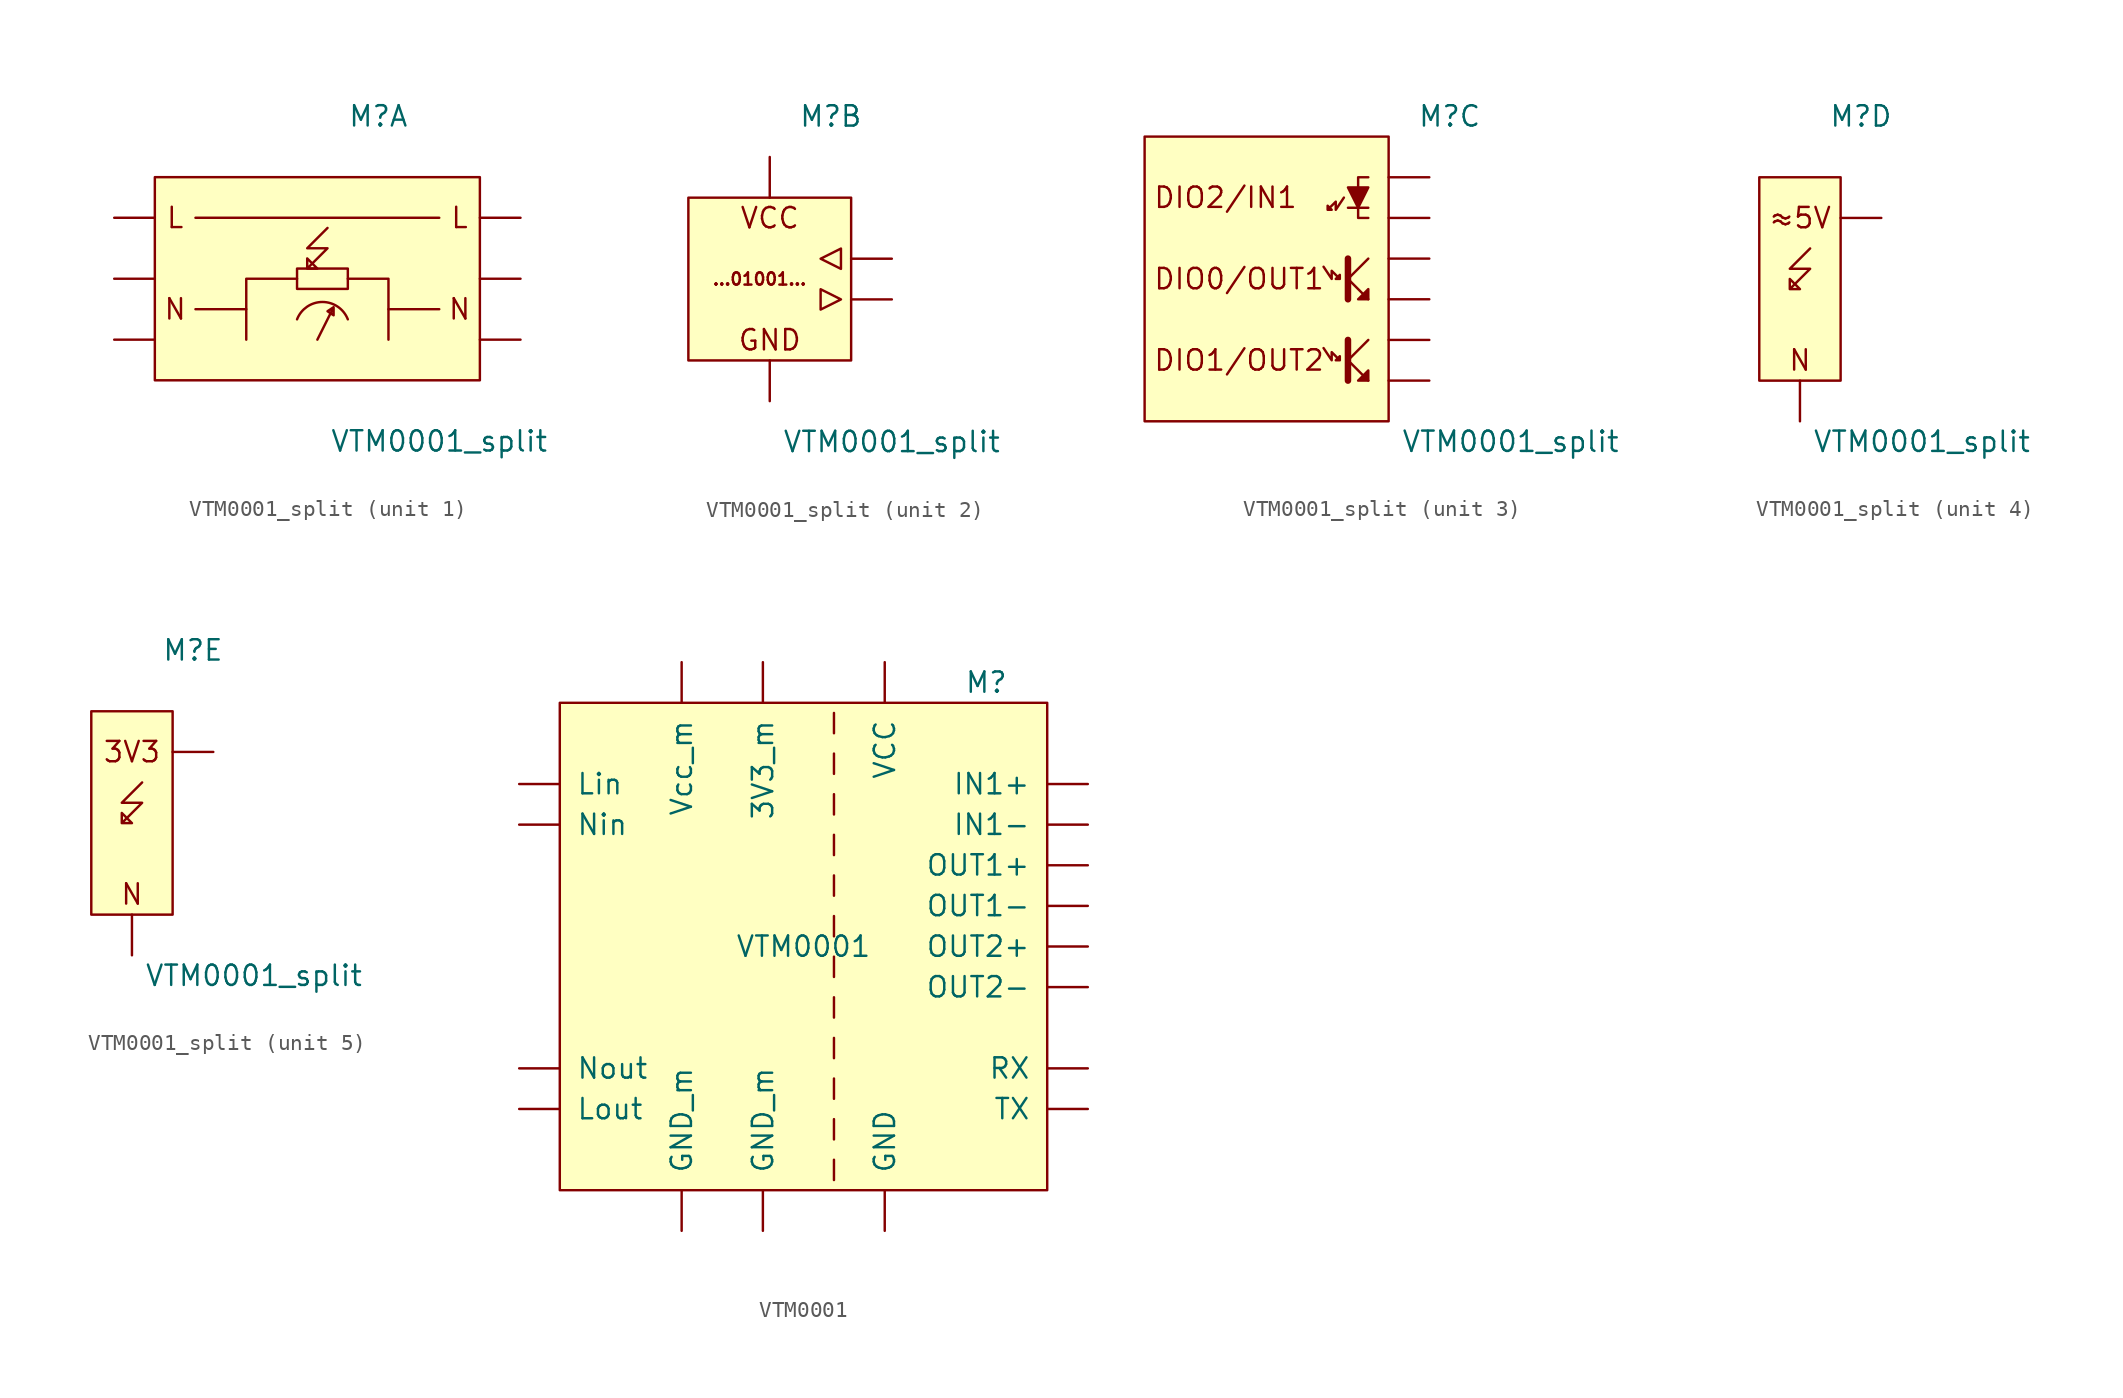
<source format=kicad_sym>
(kicad_symbol_lib
  (version 20231120)
  (generator "kicad_symbol_editor")
  (generator_version "8.0")
  (symbol "VTM0001_split"
    (pin_numbers hide)
    (pin_names
      (offset 0) hide)
    (property "Reference" "M"
      (at 3.81 10.16 0)
      (effects (font (size 1.27 1.27))))
    (property "Value" "VTM0001_split"
      (at 7.62 -10.16 0)
      (effects (font (size 1.27 1.27))))
    (property "ki_locked" ""
      (at 0 0 0)
      (effects (font (size 1.27 1.27))))
    (symbol "VTM0001_split_1_1"
      (rectangle (start -10.16 6.35) (end 10.16 -6.35) (stroke (width 0) (type solid)) (fill (type background)))
      (rectangle (start -1.27 0.635) (end 1.905 -0.635) (stroke (width 0) (type solid)) (fill (type none)))
      (polyline (pts (xy -4.445 -1.905) (xy -7.62 -1.905)) (stroke (width 0) (type solid)) (fill (type none)))
      (polyline (pts (xy 7.62 -1.905) (xy 4.445 -1.905)) (stroke (width 0) (type solid)) (fill (type none)))
      (polyline (pts (xy 7.62 3.81) (xy -7.62 3.81)) (stroke (width 0) (type solid)) (fill (type none)))
      (polyline (pts (xy -1.27 0) (xy -4.445 0) (xy -4.445 -3.81)) (stroke (width 0) (type solid)) (fill (type none)))
      (polyline (pts (xy 1.905 0) (xy 4.445 0) (xy 4.445 -3.81)) (stroke (width 0) (type solid)) (fill (type none)))
      (polyline (pts (xy 0 -3.81) (xy 1.016 -1.778) (xy 1.016 -2.286) (xy 0.635 -2.032) (xy 1.016 -1.778)) (stroke (width 0) (type solid)) (fill (type none)))
      (polyline (pts (xy 0.635 3.175) (xy -0.635 1.905) (xy 0.635 1.905) (xy 0 1.27) (xy -0.635 0.635) (xy -0.635 1.27) (xy 0 0.635) (xy -0.635 0.635)) (stroke (width 0) (type solid)) (fill (type none)))
      (arc (start 1.905 -2.54) (mid 0.3095 -1.4534) (end -1.27 -2.54) (stroke (width 0) (type solid)) (fill (type none)))
      (text "L" (at -8.89 3.81 0) (effects (font (size 1.27 1.27))))
      (text "L" (at 8.89 3.81 0) (effects (font (size 1.27 1.27))))
      (text "N" (at -8.89 -1.905 0) (effects (font (size 1.27 1.27))))
      (text "N" (at 8.89 -1.905 0) (effects (font (size 1.27 1.27))))
      (pin power_in line (at -12.7 3.81 0) (length 2.54) (name "Lin" (effects (font (size 1.27 1.27)))) (number "1" (effects (font (size 1.27 1.27)))))
      (pin power_in line (at -12.7 0 0) (length 2.54) (name "Nin" (effects (font (size 1.27 1.27)))) (number "2" (effects (font (size 1.27 1.27)))))
      (pin power_in line (at -12.7 -3.81 0) (length 2.54) (name "Nin" (effects (font (size 1.27 1.27)))) (number "3" (effects (font (size 1.27 1.27)))))
      (pin power_out line (at 12.7 -3.81 180) (length 2.54) (name "Nout" (effects (font (size 1.27 1.27)))) (number "4" (effects (font (size 1.27 1.27)))))
      (pin power_out line (at 12.7 0 180) (length 2.54) (name "Nout" (effects (font (size 1.27 1.27)))) (number "5" (effects (font (size 1.27 1.27)))))
      (pin power_out line (at 12.7 3.81 180) (length 2.54) (name "Lout" (effects (font (size 1.27 1.27)))) (number "6" (effects (font (size 1.27 1.27))))))
    (symbol "VTM0001_split_2_1"
      (polyline (pts (xy 4.445 -1.27) (xy 3.175 -0.635) (xy 3.175 -1.905) (xy 4.445 -1.27)) (stroke (width 0) (type solid)) (fill (type none)))
      (polyline (pts (xy 4.445 1.905) (xy 4.445 0.635) (xy 3.175 1.27) (xy 4.445 1.905)) (stroke (width 0) (type solid)) (fill (type none)))
      (rectangle (start 5.08 5.08) (end -5.08 -5.08) (stroke (width 0) (type solid)) (fill (type background)))
      (text "...01001..." (at -0.635 0 0) (effects (font (size 0.762 0.762))))
      (text "GND" (at 0 -3.81 0) (effects (font (size 1.27 1.27))))
      (text "VCC" (at 0 3.81 0) (effects (font (size 1.27 1.27))))
      (pin power_in line (at 0 7.62 270) (length 2.54) (name "VCC" (effects (font (size 1.27 1.27)))) (number "17" (effects (font (size 1.27 1.27)))))
      (pin output line (at 7.62 -1.27 180) (length 2.54) (name "TX" (effects (font (size 1.27 1.27)))) (number "18" (effects (font (size 1.27 1.27)))))
      (pin input line (at 7.62 1.27 180) (length 2.54) (name "RX" (effects (font (size 1.27 1.27)))) (number "19" (effects (font (size 1.27 1.27)))))
      (pin power_in line (at 0 -7.62 90) (length 2.54) (name "GND" (effects (font (size 1.27 1.27)))) (number "20" (effects (font (size 1.27 1.27))))))
    (symbol "VTM0001_split_3_1"
      (rectangle (start -15.24 8.89) (end 0 -8.89) (stroke (width 0) (type solid)) (fill (type background)))
      (polyline (pts (xy -2.54 -3.81) (xy -2.54 -6.35)) (stroke (width 0.406) (type solid)) (fill (type none)))
      (polyline (pts (xy -2.54 1.27) (xy -2.54 -1.27)) (stroke (width 0.406) (type solid)) (fill (type none)))
      (polyline (pts (xy -2.54 4.445) (xy -1.27 4.445)) (stroke (width 0) (type solid)) (fill (type none)))
      (polyline (pts (xy -1.905 4.445) (xy -1.905 3.81) (xy -1.27 3.81)) (stroke (width 0) (type solid)) (fill (type none)))
      (polyline (pts (xy -1.905 5.715) (xy -1.905 6.35) (xy -1.27 6.35)) (stroke (width 0) (type solid)) (fill (type none)))
      (polyline (pts (xy -1.27 -3.81) (xy -2.54 -5.08) (xy -1.27 -6.35)) (stroke (width 0) (type solid)) (fill (type none)))
      (polyline (pts (xy -1.27 -1.27) (xy -2.54 0) (xy -1.27 1.27)) (stroke (width 0) (type solid)) (fill (type none)))
      (polyline (pts (xy -2.54 5.715) (xy -1.27 5.715) (xy -1.905 4.445) (xy -2.54 5.715)) (stroke (width 0) (type solid)) (fill (type outline)))
      (polyline (pts (xy -1.27 -6.35) (xy -1.27 -5.715) (xy -1.905 -6.35) (xy -1.27 -6.35)) (stroke (width 0) (type solid)) (fill (type outline)))
      (polyline (pts (xy -1.27 -1.27) (xy -1.27 -0.635) (xy -1.905 -1.27) (xy -1.27 -1.27)) (stroke (width 0) (type solid)) (fill (type outline)))
      (polyline (pts (xy -4.064 -4.318) (xy -3.556 -5.08) (xy -3.556 -4.572) (xy -3.048 -5.08) (xy -3.048 -4.826) (xy -3.302 -5.08) (xy -3.048 -5.08)) (stroke (width 0) (type solid)) (fill (type none)))
      (polyline (pts (xy -4.064 0.762) (xy -3.556 0) (xy -3.556 0.508) (xy -3.048 0) (xy -3.048 0.254) (xy -3.302 0) (xy -3.048 0)) (stroke (width 0) (type solid)) (fill (type none)))
      (polyline (pts (xy -2.794 5.08) (xy -3.302 4.318) (xy -3.302 4.826) (xy -3.81 4.318) (xy -3.81 4.572) (xy -3.556 4.318) (xy -3.81 4.318)) (stroke (width 0) (type solid)) (fill (type none)))
      (text "DIO0/OUT1" (at -14.732 0 0) (effects (font (size 1.27 1.27)) (justify left)))
      (text "DIO1/OUT2" (at -14.732 -5.08 0) (effects (font (size 1.27 1.27)) (justify left)))
      (text "DIO2/IN1" (at -14.732 5.08 0) (effects (font (size 1.27 1.27)) (justify left)))
      (pin passive line (at 2.54 3.81 180) (length 2.54) (name "IN1-" (effects (font (size 1.27 1.27)))) (number "11" (effects (font (size 1.27 1.27)))))
      (pin passive line (at 2.54 6.35 180) (length 2.54) (name "IN1+" (effects (font (size 1.27 1.27)))) (number "12" (effects (font (size 1.27 1.27)))))
      (pin passive line (at 2.54 -6.35 180) (length 2.54) (name "OUT2-" (effects (font (size 1.27 1.27)))) (number "13" (effects (font (size 1.27 1.27)))))
      (pin passive line (at 2.54 -3.81 180) (length 2.54) (name "OUT2+" (effects (font (size 1.27 1.27)))) (number "14" (effects (font (size 1.27 1.27)))))
      (pin passive line (at 2.54 -1.27 180) (length 2.54) (name "OUT1-" (effects (font (size 1.27 1.27)))) (number "15" (effects (font (size 1.27 1.27)))))
      (pin passive line (at 2.54 1.27 180) (length 2.54) (name "OUT1+" (effects (font (size 1.27 1.27)))) (number "16" (effects (font (size 1.27 1.27))))))
    (symbol "VTM0001_split_4_1"
      (rectangle (start -2.54 6.35) (end 2.54 -6.35) (stroke (width 0) (type solid)) (fill (type background)))
      (polyline (pts (xy 0.635 1.905) (xy -0.635 0.635) (xy 0.635 0.635) (xy 0 0) (xy -0.635 -0.635) (xy -0.635 0) (xy 0 -0.635) (xy -0.635 -0.635)) (stroke (width 0) (type solid)) (fill (type none)))
      (text "N" (at 0 -5.08 0) (effects (font (size 1.27 1.27))))
      (text "≈5V" (at 0 3.81 0) (effects (font (size 1.27 1.27))))
      (pin power_out line (at 5.08 3.81 180) (length 2.54) (name "Vcc_m" (effects (font (size 1.27 1.27)))) (number "7" (effects (font (size 1.27 1.27)))))
      (pin power_out line (at 0 -8.89 90) (length 2.54) (name "GND_m" (effects (font (size 1.27 1.27)))) (number "8" (effects (font (size 1.27 1.27))))))
    (symbol "VTM0001_split_5_1"
      (rectangle (start -2.54 6.35) (end 2.54 -6.35) (stroke (width 0) (type solid)) (fill (type background)))
      (polyline (pts (xy 0.635 1.905) (xy -0.635 0.635) (xy 0.635 0.635) (xy 0 0) (xy -0.635 -0.635) (xy -0.635 0) (xy 0 -0.635) (xy -0.635 -0.635)) (stroke (width 0) (type solid)) (fill (type none)))
      (text "3V3" (at 0 3.81 0) (effects (font (size 1.27 1.27))))
      (text "N" (at 0 -5.08 0) (effects (font (size 1.27 1.27))))
      (pin power_out line (at 0 -8.89 90) (length 2.54) (name "GND_m" (effects (font (size 1.27 1.27)))) (number "10" (effects (font (size 1.27 1.27)))))
      (pin power_out line (at 5.08 3.81 180) (length 2.54) (name "3V3_m" (effects (font (size 1.27 1.27)))) (number "9" (effects (font (size 1.27 1.27)))))))
  (symbol "VTM0001"
    (pin_numbers hide)
    (pin_names
      (offset 1.016))
    (property "Reference" "M"
      (at 11.43 16.51 0)
      (effects (font (size 1.27 1.27))))
    (property "Value" "VTM0001"
      (at 0 0 0)
      (effects (font (size 1.27 1.27))))
    (symbol "VTM0001_0_1"
      (rectangle (start -15.24 15.24) (end 15.24 -15.24) (stroke (width 0) (type solid)) (fill (type background)))
      (polyline (pts (xy 1.905 -13.335) (xy 1.905 -14.605)) (stroke (width 0) (type solid)) (fill (type none)))
      (polyline (pts (xy 1.905 -10.795) (xy 1.905 -12.065)) (stroke (width 0) (type solid)) (fill (type none)))
      (polyline (pts (xy 1.905 -8.255) (xy 1.905 -9.525)) (stroke (width 0) (type solid)) (fill (type none)))
      (polyline (pts (xy 1.905 -5.715) (xy 1.905 -6.985)) (stroke (width 0) (type solid)) (fill (type none)))
      (polyline (pts (xy 1.905 -3.175) (xy 1.905 -4.445)) (stroke (width 0) (type solid)) (fill (type none)))
      (polyline (pts (xy 1.905 -0.635) (xy 1.905 -1.905)) (stroke (width 0) (type solid)) (fill (type none)))
      (polyline (pts (xy 1.905 1.905) (xy 1.905 0.635)) (stroke (width 0) (type solid)) (fill (type none)))
      (polyline (pts (xy 1.905 4.445) (xy 1.905 3.175)) (stroke (width 0) (type solid)) (fill (type none)))
      (polyline (pts (xy 1.905 6.985) (xy 1.905 5.715)) (stroke (width 0) (type solid)) (fill (type none)))
      (polyline (pts (xy 1.905 9.525) (xy 1.905 8.255)) (stroke (width 0) (type solid)) (fill (type none)))
      (polyline (pts (xy 1.905 12.065) (xy 1.905 10.795)) (stroke (width 0) (type solid)) (fill (type none)))
      (polyline (pts (xy 1.905 14.605) (xy 1.905 13.335)) (stroke (width 0) (type solid)) (fill (type none))))
    (symbol "VTM0001_1_1"
      (pin power_in line (at -17.78 10.16 0) (length 2.54) (name "Lin" (effects (font (size 1.27 1.27)))) (number "1" (effects (font (size 1.27 1.27)))))
      (pin power_out line (at -2.54 -17.78 90) (length 2.54) (name "GND_m" (effects (font (size 1.27 1.27)))) (number "10" (effects (font (size 1.27 1.27)))))
      (pin passive line (at 17.78 7.62 180) (length 2.54) (name "IN1-" (effects (font (size 1.27 1.27)))) (number "11" (effects (font (size 1.27 1.27)))))
      (pin passive line (at 17.78 10.16 180) (length 2.54) (name "IN1+" (effects (font (size 1.27 1.27)))) (number "12" (effects (font (size 1.27 1.27)))))
      (pin passive line (at 17.78 -2.54 180) (length 2.54) (name "OUT2-" (effects (font (size 1.27 1.27)))) (number "13" (effects (font (size 1.27 1.27)))))
      (pin passive line (at 17.78 0 180) (length 2.54) (name "OUT2+" (effects (font (size 1.27 1.27)))) (number "14" (effects (font (size 1.27 1.27)))))
      (pin passive line (at 17.78 2.54 180) (length 2.54) (name "OUT1-" (effects (font (size 1.27 1.27)))) (number "15" (effects (font (size 1.27 1.27)))))
      (pin passive line (at 17.78 5.08 180) (length 2.54) (name "OUT1+" (effects (font (size 1.27 1.27)))) (number "16" (effects (font (size 1.27 1.27)))))
      (pin power_in line (at 5.08 17.78 270) (length 2.54) (name "VCC" (effects (font (size 1.27 1.27)))) (number "17" (effects (font (size 1.27 1.27)))))
      (pin output line (at 17.78 -10.16 180) (length 2.54) (name "TX" (effects (font (size 1.27 1.27)))) (number "18" (effects (font (size 1.27 1.27)))))
      (pin input line (at 17.78 -7.62 180) (length 2.54) (name "RX" (effects (font (size 1.27 1.27)))) (number "19" (effects (font (size 1.27 1.27)))))
      (pin power_in line (at -17.78 7.62 0) (length 2.54) (name "Nin" (effects (font (size 1.27 1.27)))) (number "2" (effects (font (size 1.27 1.27)))))
      (pin power_in line (at 5.08 -17.78 90) (length 2.54) (name "GND" (effects (font (size 1.27 1.27)))) (number "20" (effects (font (size 1.27 1.27)))))
      (pin power_in line (at -17.78 7.62 0) (length 2.54) hide (name "Nin" (effects (font (size 1.27 1.27)))) (number "3" (effects (font (size 1.27 1.27)))))
      (pin power_out line (at -17.78 -7.62 0) (length 2.54) hide (name "Nout" (effects (font (size 1.27 1.27)))) (number "4" (effects (font (size 1.27 1.27)))))
      (pin passive line (at -17.78 -7.62 0) (length 2.54) (name "Nout" (effects (font (size 1.27 1.27)))) (number "5" (effects (font (size 1.27 1.27)))))
      (pin passive line (at -17.78 -10.16 0) (length 2.54) (name "Lout" (effects (font (size 1.27 1.27)))) (number "6" (effects (font (size 1.27 1.27)))))
      (pin power_out line (at -7.62 17.78 270) (length 2.54) (name "Vcc_m" (effects (font (size 1.27 1.27)))) (number "7" (effects (font (size 1.27 1.27)))))
      (pin power_out line (at -7.62 -17.78 90) (length 2.54) (name "GND_m" (effects (font (size 1.27 1.27)))) (number "8" (effects (font (size 1.27 1.27)))))
      (pin power_out line (at -2.54 17.78 270) (length 2.54) (name "3V3_m" (effects (font (size 1.27 1.27)))) (number "9" (effects (font (size 1.27 1.27))))))))
</source>
